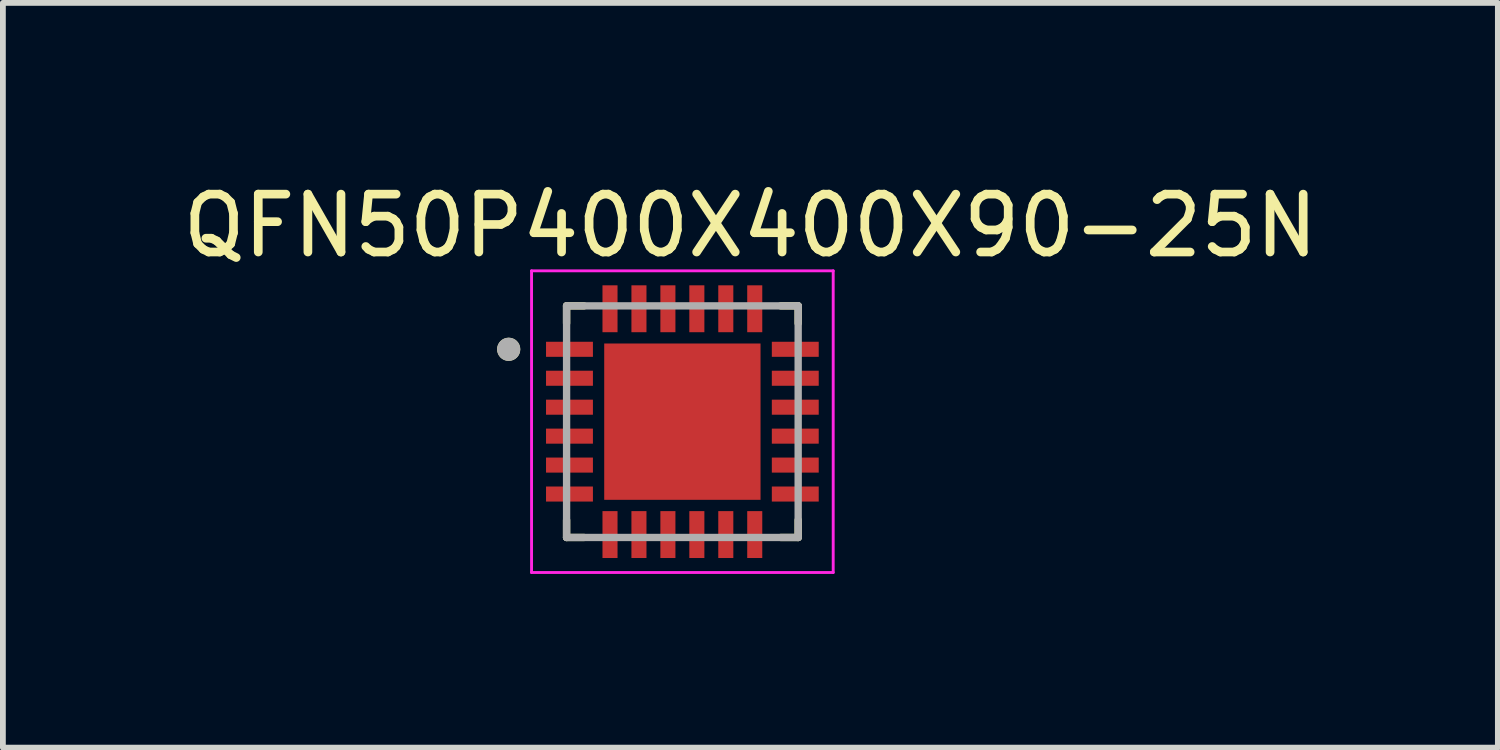
<source format=kicad_pcb>
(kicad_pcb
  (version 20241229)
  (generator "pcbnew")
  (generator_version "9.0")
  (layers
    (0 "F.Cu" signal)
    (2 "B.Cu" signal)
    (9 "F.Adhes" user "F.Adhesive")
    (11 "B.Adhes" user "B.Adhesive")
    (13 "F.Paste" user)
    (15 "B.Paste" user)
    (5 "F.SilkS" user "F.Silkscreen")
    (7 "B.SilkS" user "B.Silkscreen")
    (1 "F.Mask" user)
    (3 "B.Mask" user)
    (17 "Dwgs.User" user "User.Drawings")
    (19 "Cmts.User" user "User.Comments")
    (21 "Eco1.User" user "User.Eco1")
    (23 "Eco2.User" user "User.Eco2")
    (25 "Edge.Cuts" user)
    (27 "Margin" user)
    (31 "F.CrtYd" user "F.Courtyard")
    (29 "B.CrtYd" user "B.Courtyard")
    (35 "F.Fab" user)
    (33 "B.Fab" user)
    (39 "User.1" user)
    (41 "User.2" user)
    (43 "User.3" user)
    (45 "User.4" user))
  (footprint "QFN50P400X400X90-25N"
    (layer "F.Cu")
    (at 8.736 4.233)
    (property "Reference" "QFN50P400X400X90-25N" (at 1.175 -3.385 0) (layer "F.SilkS") (effects (font (size 1 1) (thickness 0.15))))
    (attr smd)
    (fp_poly (pts (xy -2.405 -1.43) (xy -1.495 -1.43) (xy -1.495 -1.07) (xy -2.405 -1.07)) (stroke (width 0.01) (type solid)) (fill yes) (layer "F.Mask"))
    (fp_poly (pts (xy -2.405 -0.93) (xy -1.495 -0.93) (xy -1.495 -0.57) (xy -2.405 -0.57)) (stroke (width 0.01) (type solid)) (fill yes) (layer "F.Mask"))
    (fp_poly (pts (xy -2.405 -0.43) (xy -1.495 -0.43) (xy -1.495 -0.07) (xy -2.405 -0.07)) (stroke (width 0.01) (type solid)) (fill yes) (layer "F.Mask"))
    (fp_poly (pts (xy -2.405 0.07) (xy -1.495 0.07) (xy -1.495 0.43) (xy -2.405 0.43)) (stroke (width 0.01) (type solid)) (fill yes) (layer "F.Mask"))
    (fp_poly (pts (xy -2.405 0.57) (xy -1.495 0.57) (xy -1.495 0.93) (xy -2.405 0.93)) (stroke (width 0.01) (type solid)) (fill yes) (layer "F.Mask"))
    (fp_poly (pts (xy -2.405 1.07) (xy -1.495 1.07) (xy -1.495 1.43) (xy -2.405 1.43)) (stroke (width 0.01) (type solid)) (fill yes) (layer "F.Mask"))
    (fp_poly (pts (xy -1.43 -2.405) (xy -1.07 -2.405) (xy -1.07 -1.495) (xy -1.43 -1.495)) (stroke (width 0.01) (type solid)) (fill yes) (layer "F.Mask"))
    (fp_poly (pts (xy -1.43 1.495) (xy -1.07 1.495) (xy -1.07 2.405) (xy -1.43 2.405)) (stroke (width 0.01) (type solid)) (fill yes) (layer "F.Mask"))
    (fp_poly (pts (xy -1.4 -1.4) (xy 1.4 -1.4) (xy 1.4 1.4) (xy -1.4 1.4)) (stroke (width 0.01) (type solid)) (fill yes) (layer "F.Mask"))
    (fp_poly (pts (xy -0.93 -2.405) (xy -0.57 -2.405) (xy -0.57 -1.495) (xy -0.93 -1.495)) (stroke (width 0.01) (type solid)) (fill yes) (layer "F.Mask"))
    (fp_poly (pts (xy -0.93 1.495) (xy -0.57 1.495) (xy -0.57 2.405) (xy -0.93 2.405)) (stroke (width 0.01) (type solid)) (fill yes) (layer "F.Mask"))
    (fp_poly (pts (xy -0.43 -2.405) (xy -0.07 -2.405) (xy -0.07 -1.495) (xy -0.43 -1.495)) (stroke (width 0.01) (type solid)) (fill yes) (layer "F.Mask"))
    (fp_poly (pts (xy -0.43 1.495) (xy -0.07 1.495) (xy -0.07 2.405) (xy -0.43 2.405)) (stroke (width 0.01) (type solid)) (fill yes) (layer "F.Mask"))
    (fp_poly (pts (xy 0.07 -2.405) (xy 0.43 -2.405) (xy 0.43 -1.495) (xy 0.07 -1.495)) (stroke (width 0.01) (type solid)) (fill yes) (layer "F.Mask"))
    (fp_poly (pts (xy 0.07 1.495) (xy 0.43 1.495) (xy 0.43 2.405) (xy 0.07 2.405)) (stroke (width 0.01) (type solid)) (fill yes) (layer "F.Mask"))
    (fp_poly (pts (xy 0.57 -2.405) (xy 0.93 -2.405) (xy 0.93 -1.495) (xy 0.57 -1.495)) (stroke (width 0.01) (type solid)) (fill yes) (layer "F.Mask"))
    (fp_poly (pts (xy 0.57 1.495) (xy 0.93 1.495) (xy 0.93 2.405) (xy 0.57 2.405)) (stroke (width 0.01) (type solid)) (fill yes) (layer "F.Mask"))
    (fp_poly (pts (xy 1.07 -2.405) (xy 1.43 -2.405) (xy 1.43 -1.495) (xy 1.07 -1.495)) (stroke (width 0.01) (type solid)) (fill yes) (layer "F.Mask"))
    (fp_poly (pts (xy 1.07 1.495) (xy 1.43 1.495) (xy 1.43 2.405) (xy 1.07 2.405)) (stroke (width 0.01) (type solid)) (fill yes) (layer "F.Mask"))
    (fp_poly (pts (xy 1.495 -1.43) (xy 2.405 -1.43) (xy 2.405 -1.07) (xy 1.495 -1.07)) (stroke (width 0.01) (type solid)) (fill yes) (layer "F.Mask"))
    (fp_poly (pts (xy 1.495 -0.93) (xy 2.405 -0.93) (xy 2.405 -0.57) (xy 1.495 -0.57)) (stroke (width 0.01) (type solid)) (fill yes) (layer "F.Mask"))
    (fp_poly (pts (xy 1.495 -0.43) (xy 2.405 -0.43) (xy 2.405 -0.07) (xy 1.495 -0.07)) (stroke (width 0.01) (type solid)) (fill yes) (layer "F.Mask"))
    (fp_poly (pts (xy 1.495 0.07) (xy 2.405 0.07) (xy 2.405 0.43) (xy 1.495 0.43)) (stroke (width 0.01) (type solid)) (fill yes) (layer "F.Mask"))
    (fp_poly (pts (xy 1.495 0.57) (xy 2.405 0.57) (xy 2.405 0.93) (xy 1.495 0.93)) (stroke (width 0.01) (type solid)) (fill yes) (layer "F.Mask"))
    (fp_poly (pts (xy 1.495 1.07) (xy 2.405 1.07) (xy 2.405 1.43) (xy 1.495 1.43)) (stroke (width 0.01) (type solid)) (fill yes) (layer "F.Mask"))
    (fp_line (start -2 -2) (end -2 -1.7) (stroke (width 0.127) (type solid)) (layer "F.SilkS"))
    (fp_line (start -2 -2) (end -1.7 -2) (stroke (width 0.127) (type solid)) (layer "F.SilkS"))
    (fp_line (start -2 2) (end -2 1.7) (stroke (width 0.127) (type solid)) (layer "F.SilkS"))
    (fp_line (start -2 2) (end -1.7 2) (stroke (width 0.127) (type solid)) (layer "F.SilkS"))
    (fp_line (start 2 -2) (end 1.7 -2) (stroke (width 0.127) (type solid)) (layer "F.SilkS"))
    (fp_line (start 2 -2) (end 2 -1.7) (stroke (width 0.127) (type solid)) (layer "F.SilkS"))
    (fp_line (start 2 2) (end 1.7 2) (stroke (width 0.127) (type solid)) (layer "F.SilkS"))
    (fp_line (start 2 2) (end 2 1.7) (stroke (width 0.127) (type solid)) (layer "F.SilkS"))
    (fp_circle (center -3 -1.25) (end -2.9 -1.25) (stroke (width 0.2) (type solid)) (fill no) (layer "F.SilkS"))
    (fp_poly (pts (xy -0.85 -0.85) (xy 0.85 -0.85) (xy 0.85 0.85) (xy -0.85 0.85)) (stroke (width 0.01) (type solid)) (fill yes) (layer "F.Paste"))
    (fp_line (start -2.605 -2.605) (end 2.605 -2.605) (stroke (width 0.05) (type solid)) (layer "F.CrtYd"))
    (fp_line (start -2.605 2.605) (end -2.605 -2.605) (stroke (width 0.05) (type solid)) (layer "F.CrtYd"))
    (fp_line (start -2.605 2.605) (end 2.605 2.605) (stroke (width 0.05) (type solid)) (layer "F.CrtYd"))
    (fp_line (start 2.605 2.605) (end 2.605 -2.605) (stroke (width 0.05) (type solid)) (layer "F.CrtYd"))
    (fp_line (start -2 2) (end -2 -2) (stroke (width 0.127) (type solid)) (layer "F.Fab"))
    (fp_line (start 2 -2) (end -2 -2) (stroke (width 0.127) (type solid)) (layer "F.Fab"))
    (fp_line (start 2 2) (end -2 2) (stroke (width 0.127) (type solid)) (layer "F.Fab"))
    (fp_line (start 2 2) (end 2 -2) (stroke (width 0.127) (type solid)) (layer "F.Fab"))
    (fp_circle (center -3 -1.25) (end -2.9 -1.25) (stroke (width 0.2) (type solid)) (fill no) (layer "F.Fab"))
    (pad "1" smd rect (at -1.95 -1.25) (size 0.81 0.26) (layers "F.Cu" "F.Paste"))
    (pad "2" smd rect (at -1.95 -0.75) (size 0.81 0.26) (layers "F.Cu" "F.Paste"))
    (pad "3" smd rect (at -1.95 -0.25) (size 0.81 0.26) (layers "F.Cu" "F.Paste"))
    (pad "4" smd rect (at -1.95 0.25) (size 0.81 0.26) (layers "F.Cu" "F.Paste"))
    (pad "5" smd rect (at -1.95 0.75) (size 0.81 0.26) (layers "F.Cu" "F.Paste"))
    (pad "6" smd rect (at -1.95 1.25) (size 0.81 0.26) (layers "F.Cu" "F.Paste"))
    (pad "7" smd rect (at -1.25 1.95) (size 0.26 0.81) (layers "F.Cu" "F.Paste"))
    (pad "8" smd rect (at -0.75 1.95) (size 0.26 0.81) (layers "F.Cu" "F.Paste"))
    (pad "9" smd rect (at -0.25 1.95) (size 0.26 0.81) (layers "F.Cu" "F.Paste"))
    (pad "10" smd rect (at 0.25 1.95) (size 0.26 0.81) (layers "F.Cu" "F.Paste"))
    (pad "11" smd rect (at 0.75 1.95) (size 0.26 0.81) (layers "F.Cu" "F.Paste"))
    (pad "12" smd rect (at 1.25 1.95) (size 0.26 0.81) (layers "F.Cu" "F.Paste"))
    (pad "13" smd rect (at 1.95 1.25) (size 0.81 0.26) (layers "F.Cu" "F.Paste"))
    (pad "14" smd rect (at 1.95 0.75) (size 0.81 0.26) (layers "F.Cu" "F.Paste"))
    (pad "15" smd rect (at 1.95 0.25) (size 0.81 0.26) (layers "F.Cu" "F.Paste"))
    (pad "16" smd rect (at 1.95 -0.25) (size 0.81 0.26) (layers "F.Cu" "F.Paste"))
    (pad "17" smd rect (at 1.95 -0.75) (size 0.81 0.26) (layers "F.Cu" "F.Paste"))
    (pad "18" smd rect (at 1.95 -1.25) (size 0.81 0.26) (layers "F.Cu" "F.Paste"))
    (pad "19" smd rect (at 1.25 -1.95) (size 0.26 0.81) (layers "F.Cu" "F.Paste"))
    (pad "20" smd rect (at 0.75 -1.95) (size 0.26 0.81) (layers "F.Cu" "F.Paste"))
    (pad "21" smd rect (at 0.25 -1.95) (size 0.26 0.81) (layers "F.Cu" "F.Paste"))
    (pad "22" smd rect (at -0.25 -1.95) (size 0.26 0.81) (layers "F.Cu" "F.Paste"))
    (pad "23" smd rect (at -0.75 -1.95) (size 0.26 0.81) (layers "F.Cu" "F.Paste"))
    (pad "24" smd rect (at -1.25 -1.95) (size 0.26 0.81) (layers "F.Cu" "F.Paste"))
    (pad "25" smd rect (at 0 0) (size 2.7 2.7) (layers "F.Cu")))
  (gr_rect
    (start -3 -3)
    (end 22.821 9.863)
    (stroke (width 0.1) (type default))
    (fill no)
    (layer "Edge.Cuts")))
</source>
